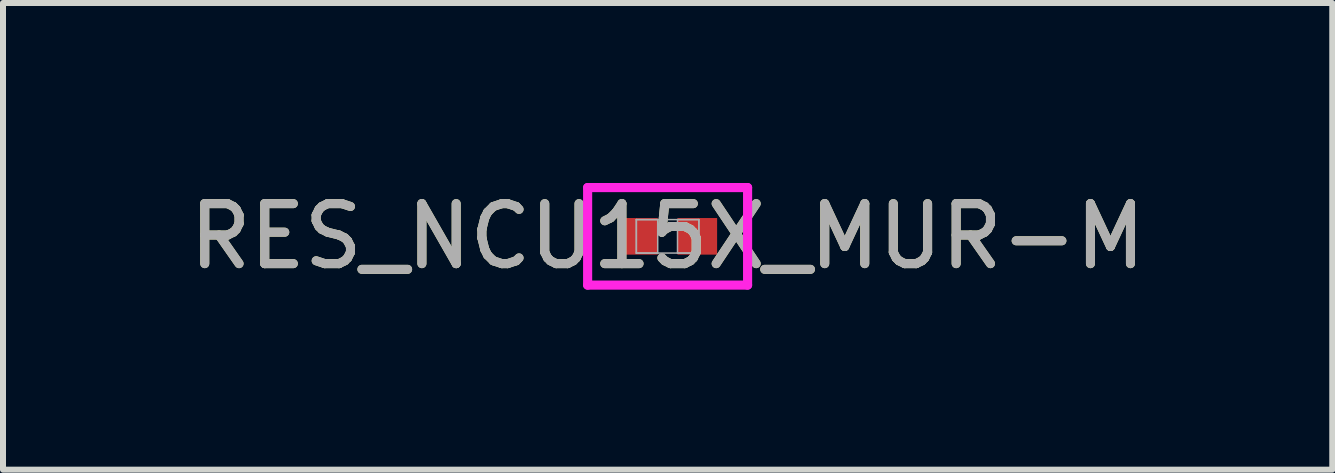
<source format=kicad_pcb>
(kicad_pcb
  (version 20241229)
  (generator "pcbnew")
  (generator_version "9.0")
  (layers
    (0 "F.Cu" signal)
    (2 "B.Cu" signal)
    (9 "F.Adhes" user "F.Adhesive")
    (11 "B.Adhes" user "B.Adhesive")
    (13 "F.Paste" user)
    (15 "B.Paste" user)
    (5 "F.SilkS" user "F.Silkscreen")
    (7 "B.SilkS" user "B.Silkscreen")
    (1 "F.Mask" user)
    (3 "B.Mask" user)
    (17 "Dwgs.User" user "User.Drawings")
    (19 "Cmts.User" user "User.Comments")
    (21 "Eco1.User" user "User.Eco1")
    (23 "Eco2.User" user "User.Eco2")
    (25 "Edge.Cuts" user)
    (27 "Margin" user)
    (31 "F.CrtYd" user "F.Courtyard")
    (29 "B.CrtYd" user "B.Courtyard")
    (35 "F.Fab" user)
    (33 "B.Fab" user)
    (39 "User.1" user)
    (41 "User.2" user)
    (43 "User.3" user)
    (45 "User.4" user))
  (footprint "RES_NCU15X_MUR-M"
    (layer "F.Cu")
    (at 8.077 0.889)
    (property "Reference" "RES_NCU15X_MUR-M" (at 0 0 0) (unlocked yes) (layer "F.SilkS") (effects (font (size 1 1) (thickness 0.15))))
    (attr smd)
    (fp_line (start -1.333 -0.813) (end 1.333 -0.813) (stroke (width 0.152) (type solid)) (layer "F.CrtYd"))
    (fp_line (start -1.333 0.813) (end -1.333 -0.813) (stroke (width 0.152) (type solid)) (layer "F.CrtYd"))
    (fp_line (start 1.333 -0.813) (end 1.333 0.813) (stroke (width 0.152) (type solid)) (layer "F.CrtYd"))
    (fp_line (start 1.333 0.813) (end -1.333 0.813) (stroke (width 0.152) (type solid)) (layer "F.CrtYd"))
    (fp_line (start -0.521 -0.279) (end -0.521 0.279) (stroke (width 0.025) (type solid)) (layer "F.Fab"))
    (fp_line (start -0.521 -0.279) (end -0.521 0.279) (stroke (width 0.025) (type solid)) (layer "F.Fab"))
    (fp_line (start -0.521 0.279) (end -0.165 0.279) (stroke (width 0.025) (type solid)) (layer "F.Fab"))
    (fp_line (start -0.521 0.279) (end 0.521 0.279) (stroke (width 0.025) (type solid)) (layer "F.Fab"))
    (fp_line (start -0.165 -0.279) (end -0.521 -0.279) (stroke (width 0.025) (type solid)) (layer "F.Fab"))
    (fp_line (start -0.165 0.279) (end -0.165 -0.279) (stroke (width 0.025) (type solid)) (layer "F.Fab"))
    (fp_line (start 0.165 -0.279) (end 0.165 0.279) (stroke (width 0.025) (type solid)) (layer "F.Fab"))
    (fp_line (start 0.165 0.279) (end 0.521 0.279) (stroke (width 0.025) (type solid)) (layer "F.Fab"))
    (fp_line (start 0.521 -0.279) (end -0.521 -0.279) (stroke (width 0.025) (type solid)) (layer "F.Fab"))
    (fp_line (start 0.521 -0.279) (end 0.165 -0.279) (stroke (width 0.025) (type solid)) (layer "F.Fab"))
    (fp_line (start 0.521 0.279) (end 0.521 -0.279) (stroke (width 0.025) (type solid)) (layer "F.Fab"))
    (fp_line (start 0.521 0.279) (end 0.521 -0.279) (stroke (width 0.025) (type solid)) (layer "F.Fab"))
    (fp_text user "${REFERENCE}" (at 0 0 0) (unlocked yes) (layer "F.Fab") (effects (font (size 1 1) (thickness 0.15))))
    (pad "1" smd rect (at -0.495 0) (size 0.66 0.61) (layers "F.Cu" "F.Mask" "F.Paste"))
    (pad "2" smd rect (at 0.495 0) (size 0.66 0.61) (layers "F.Cu" "F.Mask" "F.Paste"))
    (zone (net_name "") (layer "F.Cu") (hatch full 0.508) (connect_pads) (min_thickness 0.254) (filled_areas_thickness no) (keepout (tracks not_allowed) (vias not_allowed) (pads allowed) (copperpour not_allowed) (footprints allowed)) (placement (enabled no)) (fill) (polygon (pts (xy 7.963 0.66) (xy 8.192 0.66) (xy 8.192 1.118) (xy 7.963 1.118)))))
  (gr_rect
    (start -3 -3)
    (end 19.155 4.778)
    (stroke (width 0.1) (type default))
    (fill no)
    (layer "Edge.Cuts")))
</source>
